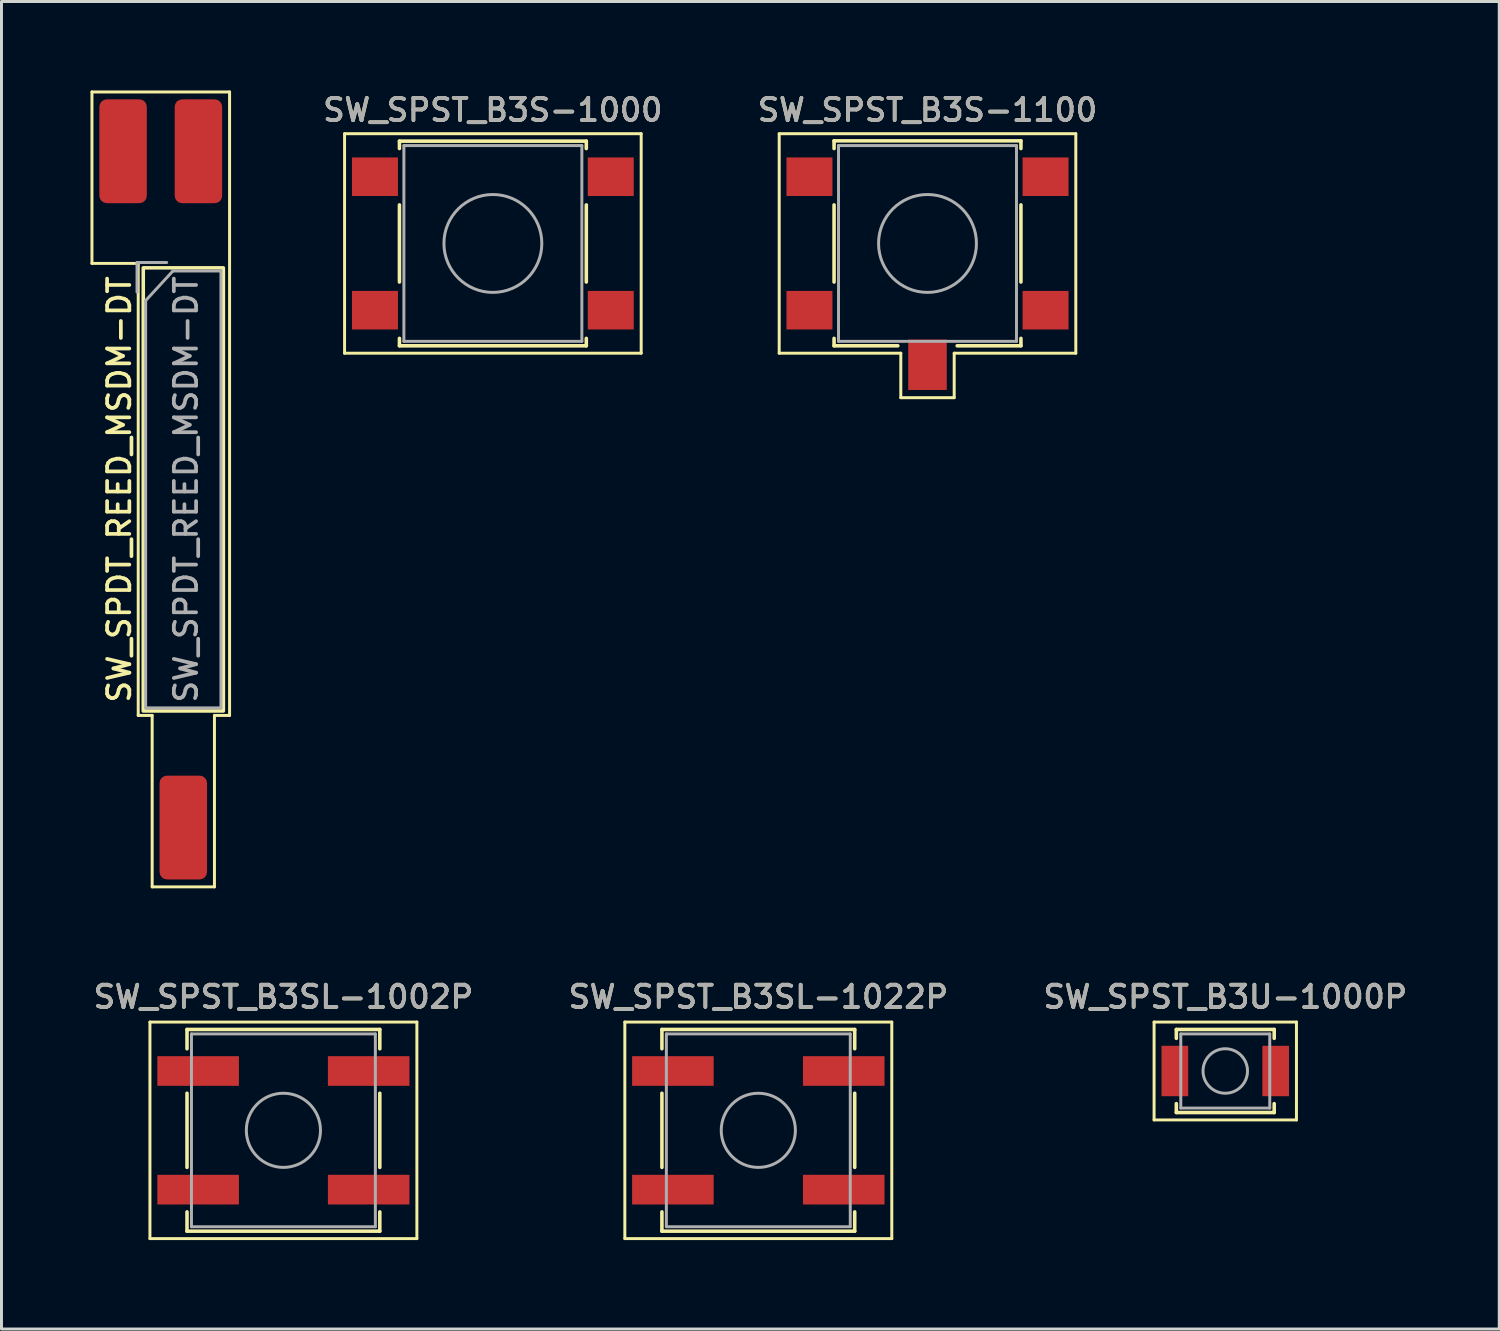
<source format=kicad_pcb>
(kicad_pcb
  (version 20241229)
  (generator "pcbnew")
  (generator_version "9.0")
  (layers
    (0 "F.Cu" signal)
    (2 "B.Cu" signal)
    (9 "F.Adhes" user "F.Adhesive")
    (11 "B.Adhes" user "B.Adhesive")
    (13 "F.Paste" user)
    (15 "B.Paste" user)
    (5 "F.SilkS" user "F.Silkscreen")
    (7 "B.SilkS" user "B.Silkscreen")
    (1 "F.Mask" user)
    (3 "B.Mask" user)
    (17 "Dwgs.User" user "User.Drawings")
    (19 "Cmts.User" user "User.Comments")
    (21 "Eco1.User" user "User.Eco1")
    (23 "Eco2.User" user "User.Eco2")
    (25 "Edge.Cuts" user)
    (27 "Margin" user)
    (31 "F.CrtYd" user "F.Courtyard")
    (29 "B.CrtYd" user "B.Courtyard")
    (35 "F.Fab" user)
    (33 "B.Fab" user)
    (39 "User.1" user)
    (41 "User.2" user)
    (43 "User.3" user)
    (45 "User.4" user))
  (footprint "SW_SPST_B3U-1000P"
    (layer "F.Cu")
    (at 38.259 33.058)
    (property "Reference" "SW_SPST_B3U-1000P" (at 0 -2.5 0) (layer "F.SilkS") (effects (font (size 0.75 0.75) (thickness 0.125))))
    (attr smd)
    (fp_line (start -2.4 -1.65) (end -2.4 1.65) (stroke (width 0.1) (type solid)) (layer "F.SilkS"))
    (fp_line (start -2.4 1.65) (end 2.4 1.65) (stroke (width 0.1) (type solid)) (layer "F.SilkS"))
    (fp_line (start -1.65 -1.4) (end 1.65 -1.4) (stroke (width 0.12) (type solid)) (layer "F.SilkS"))
    (fp_line (start -1.65 -1.1) (end -1.65 -1.4) (stroke (width 0.12) (type solid)) (layer "F.SilkS"))
    (fp_line (start -1.65 1.1) (end -1.65 1.4) (stroke (width 0.12) (type solid)) (layer "F.SilkS"))
    (fp_line (start -1.65 1.4) (end 1.65 1.4) (stroke (width 0.12) (type solid)) (layer "F.SilkS"))
    (fp_line (start 1.65 -1.4) (end 1.65 -1.1) (stroke (width 0.12) (type solid)) (layer "F.SilkS"))
    (fp_line (start 1.65 1.4) (end 1.65 1.1) (stroke (width 0.12) (type solid)) (layer "F.SilkS"))
    (fp_line (start 2.4 -1.65) (end -2.4 -1.65) (stroke (width 0.1) (type solid)) (layer "F.SilkS"))
    (fp_line (start 2.4 1.65) (end 2.4 -1.65) (stroke (width 0.1) (type solid)) (layer "F.SilkS"))
    (fp_line (start -1.5 -1.25) (end 1.5 -1.25) (stroke (width 0.1) (type solid)) (layer "F.Fab"))
    (fp_line (start -1.5 1.25) (end -1.5 -1.25) (stroke (width 0.1) (type solid)) (layer "F.Fab"))
    (fp_line (start 1.5 -1.25) (end 1.5 1.25) (stroke (width 0.1) (type solid)) (layer "F.Fab"))
    (fp_line (start 1.5 1.25) (end -1.5 1.25) (stroke (width 0.1) (type solid)) (layer "F.Fab"))
    (fp_circle (center 0 0) (end 0.75 0) (stroke (width 0.1) (type solid)) (fill no) (layer "F.Fab"))
    (fp_text user "${REFERENCE}" (at 0 -2.5 0) (layer "F.Fab") (effects (font (size 0.75 0.75) (thickness 0.125))))
    (pad "1" smd rect (at -1.7 0) (size 0.9 1.7) (layers "F.Cu" "F.Mask" "F.Paste"))
    (pad "2" smd rect (at 1.7 0) (size 0.9 1.7) (layers "F.Cu" "F.Mask" "F.Paste")))
  (footprint "SW_SPST_B3SL-1022P"
    (layer "F.Cu")
    (at 22.516 35.058)
    (property "Reference" "SW_SPST_B3SL-1022P" (at 0 -4.5 0) (layer "F.SilkS") (effects (font (size 0.75 0.75) (thickness 0.125))))
    (attr smd)
    (fp_line (start -4.5 -3.65) (end -4.5 3.65) (stroke (width 0.1) (type solid)) (layer "F.SilkS"))
    (fp_line (start -4.5 3.65) (end 4.5 3.65) (stroke (width 0.1) (type solid)) (layer "F.SilkS"))
    (fp_line (start -3.25 -3.4) (end -3.25 -2.75) (stroke (width 0.12) (type solid)) (layer "F.SilkS"))
    (fp_line (start -3.25 -1.25) (end -3.25 1.25) (stroke (width 0.12) (type solid)) (layer "F.SilkS"))
    (fp_line (start -3.25 3.4) (end -3.25 2.75) (stroke (width 0.12) (type solid)) (layer "F.SilkS"))
    (fp_line (start 3.25 -3.4) (end -3.25 -3.4) (stroke (width 0.12) (type solid)) (layer "F.SilkS"))
    (fp_line (start 3.25 -2.75) (end 3.25 -3.4) (stroke (width 0.12) (type solid)) (layer "F.SilkS"))
    (fp_line (start 3.25 -1.25) (end 3.25 1.25) (stroke (width 0.12) (type solid)) (layer "F.SilkS"))
    (fp_line (start 3.25 2.75) (end 3.25 3.4) (stroke (width 0.12) (type solid)) (layer "F.SilkS"))
    (fp_line (start 3.25 3.4) (end -3.25 3.4) (stroke (width 0.12) (type solid)) (layer "F.SilkS"))
    (fp_line (start 4.5 -3.65) (end -4.5 -3.65) (stroke (width 0.1) (type solid)) (layer "F.SilkS"))
    (fp_line (start 4.5 3.65) (end 4.5 -3.65) (stroke (width 0.1) (type solid)) (layer "F.SilkS"))
    (fp_line (start -3.1 -3.25) (end 3.1 -3.25) (stroke (width 0.1) (type solid)) (layer "F.Fab"))
    (fp_line (start -3.1 3.25) (end -3.1 -3.25) (stroke (width 0.1) (type solid)) (layer "F.Fab"))
    (fp_line (start 3.1 -3.25) (end 3.1 3.25) (stroke (width 0.1) (type solid)) (layer "F.Fab"))
    (fp_line (start 3.1 3.25) (end -3.1 3.25) (stroke (width 0.1) (type solid)) (layer "F.Fab"))
    (fp_circle (center 0 0) (end 1.25 0) (stroke (width 0.1) (type solid)) (fill no) (layer "F.Fab"))
    (fp_text user "${REFERENCE}" (at 0 -4.5 0) (layer "F.Fab") (effects (font (size 0.75 0.75) (thickness 0.125))))
    (pad "1" smd rect (at -2.88 -2) (size 2.75 1) (layers "F.Cu" "F.Mask" "F.Paste"))
    (pad "1" smd rect (at 2.88 -2) (size 2.75 1) (layers "F.Cu" "F.Mask" "F.Paste"))
    (pad "2" smd rect (at -2.88 2) (size 2.75 1) (layers "F.Cu" "F.Mask" "F.Paste"))
    (pad "2" smd rect (at 2.88 2) (size 2.75 1) (layers "F.Cu" "F.Mask" "F.Paste")))
  (footprint "SW_SPST_B3S-1000"
    (layer "F.Cu")
    (at 13.567 5.158)
    (property "Reference" "SW_SPST_B3S-1000" (at 0 -4.5 0) (layer "F.SilkS") (effects (font (size 0.75 0.75) (thickness 0.125))))
    (attr smd)
    (fp_line (start -5 -3.7) (end -5 3.7) (stroke (width 0.1) (type solid)) (layer "F.SilkS"))
    (fp_line (start -5 3.7) (end 5 3.7) (stroke (width 0.1) (type solid)) (layer "F.SilkS"))
    (fp_line (start -3.15 -3.45) (end 3.15 -3.45) (stroke (width 0.12) (type solid)) (layer "F.SilkS"))
    (fp_line (start -3.15 -3.2) (end -3.15 -3.45) (stroke (width 0.12) (type solid)) (layer "F.SilkS"))
    (fp_line (start -3.15 1.3) (end -3.15 -1.3) (stroke (width 0.12) (type solid)) (layer "F.SilkS"))
    (fp_line (start -3.15 3.45) (end -3.15 3.2) (stroke (width 0.12) (type solid)) (layer "F.SilkS"))
    (fp_line (start 3.15 -3.45) (end 3.15 -3.2) (stroke (width 0.12) (type solid)) (layer "F.SilkS"))
    (fp_line (start 3.15 -1.3) (end 3.15 1.3) (stroke (width 0.12) (type solid)) (layer "F.SilkS"))
    (fp_line (start 3.15 3.2) (end 3.15 3.45) (stroke (width 0.12) (type solid)) (layer "F.SilkS"))
    (fp_line (start 3.15 3.45) (end -3.15 3.45) (stroke (width 0.12) (type solid)) (layer "F.SilkS"))
    (fp_line (start 5 -3.7) (end -5 -3.7) (stroke (width 0.1) (type solid)) (layer "F.SilkS"))
    (fp_line (start 5 3.7) (end 5 -3.7) (stroke (width 0.1) (type solid)) (layer "F.SilkS"))
    (fp_line (start -3 -3.3) (end 3 -3.3) (stroke (width 0.1) (type solid)) (layer "F.Fab"))
    (fp_line (start -3 3.3) (end -3 -3.3) (stroke (width 0.1) (type solid)) (layer "F.Fab"))
    (fp_line (start 3 -3.3) (end 3 3.3) (stroke (width 0.1) (type solid)) (layer "F.Fab"))
    (fp_line (start 3 3.3) (end -3 3.3) (stroke (width 0.1) (type solid)) (layer "F.Fab"))
    (fp_circle (center 0 0) (end 1.65 0) (stroke (width 0.1) (type solid)) (fill no) (layer "F.Fab"))
    (fp_text user "${REFERENCE}" (at 0 -4.5 0) (layer "F.Fab") (effects (font (size 0.75 0.75) (thickness 0.125))))
    (pad "1" smd rect (at -3.975 -2.25) (size 1.55 1.3) (layers "F.Cu" "F.Mask" "F.Paste"))
    (pad "1" smd rect (at 3.975 -2.25) (size 1.55 1.3) (layers "F.Cu" "F.Mask" "F.Paste"))
    (pad "2" smd rect (at -3.975 2.25) (size 1.55 1.3) (layers "F.Cu" "F.Mask" "F.Paste"))
    (pad "2" smd rect (at 3.975 2.25) (size 1.55 1.3) (layers "F.Cu" "F.Mask" "F.Paste")))
  (footprint "SW_SPST_B3S-1100"
    (layer "F.Cu")
    (at 28.22 6.078)
    (property "Reference" "SW_SPST_B3S-1100" (at 0 -5.42 0) (layer "F.SilkS") (effects (font (size 0.75 0.75) (thickness 0.125))))
    (attr smd)
    (fp_line (start -5 -4.62) (end -5 2.78) (stroke (width 0.1) (type solid)) (layer "F.SilkS"))
    (fp_line (start -5 2.78) (end -0.9 2.78) (stroke (width 0.1) (type solid)) (layer "F.SilkS"))
    (fp_line (start -3.15 -4.38) (end 3.15 -4.38) (stroke (width 0.12) (type solid)) (layer "F.SilkS"))
    (fp_line (start -3.15 -4.12) (end -3.15 -4.38) (stroke (width 0.12) (type solid)) (layer "F.SilkS"))
    (fp_line (start -3.15 0.38) (end -3.15 -2.22) (stroke (width 0.12) (type solid)) (layer "F.SilkS"))
    (fp_line (start -3.15 2.53) (end -3.15 2.28) (stroke (width 0.12) (type solid)) (layer "F.SilkS"))
    (fp_line (start -3.15 2.53) (end -1 2.53) (stroke (width 0.12) (type solid)) (layer "F.SilkS"))
    (fp_line (start -0.9 2.78) (end -0.9 4.28) (stroke (width 0.1) (type solid)) (layer "F.SilkS"))
    (fp_line (start -0.9 4.28) (end 0.9 4.28) (stroke (width 0.1) (type solid)) (layer "F.SilkS"))
    (fp_line (start 0.9 4.28) (end 0.9 2.78) (stroke (width 0.1) (type solid)) (layer "F.SilkS"))
    (fp_line (start 3.15 -4.38) (end 3.15 -4.12) (stroke (width 0.12) (type solid)) (layer "F.SilkS"))
    (fp_line (start 3.15 -2.22) (end 3.15 0.38) (stroke (width 0.12) (type solid)) (layer "F.SilkS"))
    (fp_line (start 3.15 2.28) (end 3.15 2.53) (stroke (width 0.12) (type solid)) (layer "F.SilkS"))
    (fp_line (start 3.15 2.53) (end 1 2.53) (stroke (width 0.12) (type solid)) (layer "F.SilkS"))
    (fp_line (start 5 -4.62) (end -5 -4.62) (stroke (width 0.1) (type solid)) (layer "F.SilkS"))
    (fp_line (start 5 2.78) (end 0.9 2.78) (stroke (width 0.1) (type solid)) (layer "F.SilkS"))
    (fp_line (start 5 2.78) (end 5 -4.62) (stroke (width 0.1) (type solid)) (layer "F.SilkS"))
    (fp_line (start -3 -4.22) (end 3 -4.22) (stroke (width 0.1) (type solid)) (layer "F.Fab"))
    (fp_line (start -3 2.38) (end -3 -4.22) (stroke (width 0.1) (type solid)) (layer "F.Fab"))
    (fp_line (start 3 -4.22) (end 3 2.38) (stroke (width 0.1) (type solid)) (layer "F.Fab"))
    (fp_line (start 3 2.38) (end -3 2.38) (stroke (width 0.1) (type solid)) (layer "F.Fab"))
    (fp_circle (center 0 -0.92) (end 1.65 -0.92) (stroke (width 0.1) (type solid)) (fill no) (layer "F.Fab"))
    (fp_text user "${REFERENCE}" (at 0 -5.42 0) (layer "F.Fab") (effects (font (size 0.75 0.75) (thickness 0.125))))
    (pad "1" smd rect (at -3.98 -3.17) (size 1.55 1.3) (layers "F.Cu" "F.Mask" "F.Paste"))
    (pad "1" smd rect (at 3.98 -3.17) (size 1.55 1.3) (layers "F.Cu" "F.Mask" "F.Paste"))
    (pad "2" smd rect (at -3.98 1.33) (size 1.55 1.3) (layers "F.Cu" "F.Mask" "F.Paste"))
    (pad "2" smd rect (at 3.98 1.33) (size 1.55 1.3) (layers "F.Cu" "F.Mask" "F.Paste"))
    (pad "3" smd rect (at 0 3.17) (size 1.3 1.7) (layers "F.Cu" "F.Mask" "F.Paste")))
  (footprint "SW_SPDT_REED_MSDM-DT"
    (layer "F.Cu")
    (at 3.13 13.45)
    (property "Reference" "SW_SPDT_REED_MSDM-DT" (at -2.16 0 270) (layer "F.SilkS") (effects (font (size 0.75 0.75) (thickness 0.125))))
    (attr smd)
    (fp_line (start -3.08 -13.4) (end 1.56 -13.4) (stroke (width 0.1) (type solid)) (layer "F.SilkS"))
    (fp_line (start -3.08 -7.62) (end -3.08 -13.4) (stroke (width 0.1) (type solid)) (layer "F.SilkS"))
    (fp_line (start -1.52 -7.62) (end -3.08 -7.62) (stroke (width 0.1) (type default)) (layer "F.SilkS"))
    (fp_line (start -1.52 -7.62) (end -1.52 7.62) (stroke (width 0.1) (type default)) (layer "F.SilkS"))
    (fp_line (start -1.52 7.62) (end -1.05 7.62) (stroke (width 0.1) (type default)) (layer "F.SilkS"))
    (fp_line (start -1.05 7.62) (end -1.05 13.4) (stroke (width 0.1) (type default)) (layer "F.SilkS"))
    (fp_line (start -1.05 13.4) (end 1.05 13.4) (stroke (width 0.1) (type default)) (layer "F.SilkS"))
    (fp_line (start 1.05 7.62) (end 1.56 7.62) (stroke (width 0.1) (type default)) (layer "F.SilkS"))
    (fp_line (start 1.05 13.4) (end 1.05 7.62) (stroke (width 0.1) (type default)) (layer "F.SilkS"))
    (fp_line (start 1.56 -13.4) (end 1.56 7.62) (stroke (width 0.1) (type solid)) (layer "F.SilkS"))
    (fp_rect (start -1.35 -7.47) (end 1.35 7.47) (stroke (width 0.12) (type default)) (fill no) (layer "F.SilkS"))
    (fp_line (start -1.56 -7.65) (end -0.56 -7.65) (stroke (width 0.1) (type default)) (layer "F.Fab"))
    (fp_line (start -1.56 -6.65) (end -1.56 -7.65) (stroke (width 0.1) (type default)) (layer "F.Fab"))
    (fp_line (start -1.27 -6.365) (end -1.27 7.365) (stroke (width 0.1) (type solid)) (layer "F.Fab"))
    (fp_line (start -1.27 7.365) (end 1.27 7.365) (stroke (width 0.1) (type solid)) (layer "F.Fab"))
    (fp_line (start -0.35 -7.365) (end -1.27 -6.365) (stroke (width 0.1) (type default)) (layer "F.Fab"))
    (fp_line (start 1.27 -7.365) (end -0.35 -7.365) (stroke (width 0.1) (type solid)) (layer "F.Fab"))
    (fp_line (start 1.27 7.365) (end 1.27 -7.365) (stroke (width 0.1) (type solid)) (layer "F.Fab"))
    (fp_text user "${REFERENCE}" (at 0.09 0 270) (layer "F.Fab") (effects (font (size 0.75 0.75) (thickness 0.125))))
    (pad "1" smd roundrect (at -2.03 -11.4 270) (size 3.5 1.6) (layers "F.Cu" "F.Mask" "F.Paste") (roundrect_rratio 0.156))
    (pad "2" smd roundrect (at 0 11.4 270) (size 3.5 1.6) (layers "F.Cu" "F.Mask" "F.Paste") (roundrect_rratio 0.156))
    (pad "3" smd roundrect (at 0.51 -11.4 270) (size 3.5 1.6) (layers "F.Cu" "F.Mask" "F.Paste") (roundrect_rratio 0.156)))
  (footprint "SW_SPST_B3SL-1002P"
    (layer "F.Cu")
    (at 6.505 35.058)
    (property "Reference" "SW_SPST_B3SL-1002P" (at 0 -4.5 0) (layer "F.SilkS") (effects (font (size 0.75 0.75) (thickness 0.125))))
    (attr smd)
    (fp_line (start -4.5 -3.65) (end -4.5 3.65) (stroke (width 0.1) (type solid)) (layer "F.SilkS"))
    (fp_line (start -4.5 3.65) (end 4.5 3.65) (stroke (width 0.1) (type solid)) (layer "F.SilkS"))
    (fp_line (start -3.25 -3.4) (end -3.25 -2.75) (stroke (width 0.12) (type solid)) (layer "F.SilkS"))
    (fp_line (start -3.25 -1.25) (end -3.25 1.25) (stroke (width 0.12) (type solid)) (layer "F.SilkS"))
    (fp_line (start -3.25 3.4) (end -3.25 2.75) (stroke (width 0.12) (type solid)) (layer "F.SilkS"))
    (fp_line (start 3.25 -3.4) (end -3.25 -3.4) (stroke (width 0.12) (type solid)) (layer "F.SilkS"))
    (fp_line (start 3.25 -2.75) (end 3.25 -3.4) (stroke (width 0.12) (type solid)) (layer "F.SilkS"))
    (fp_line (start 3.25 -1.25) (end 3.25 1.25) (stroke (width 0.12) (type solid)) (layer "F.SilkS"))
    (fp_line (start 3.25 2.75) (end 3.25 3.4) (stroke (width 0.12) (type solid)) (layer "F.SilkS"))
    (fp_line (start 3.25 3.4) (end -3.25 3.4) (stroke (width 0.12) (type solid)) (layer "F.SilkS"))
    (fp_line (start 4.5 -3.65) (end -4.5 -3.65) (stroke (width 0.1) (type solid)) (layer "F.SilkS"))
    (fp_line (start 4.5 3.65) (end 4.5 -3.65) (stroke (width 0.1) (type solid)) (layer "F.SilkS"))
    (fp_line (start -3.1 -3.25) (end 3.1 -3.25) (stroke (width 0.1) (type solid)) (layer "F.Fab"))
    (fp_line (start -3.1 3.25) (end -3.1 -3.25) (stroke (width 0.1) (type solid)) (layer "F.Fab"))
    (fp_line (start 3.1 -3.25) (end 3.1 3.25) (stroke (width 0.1) (type solid)) (layer "F.Fab"))
    (fp_line (start 3.1 3.25) (end -3.1 3.25) (stroke (width 0.1) (type solid)) (layer "F.Fab"))
    (fp_circle (center 0 0) (end 1.25 0) (stroke (width 0.1) (type solid)) (fill no) (layer "F.Fab"))
    (fp_text user "${REFERENCE}" (at 0 -4.5 0) (layer "F.Fab") (effects (font (size 0.75 0.75) (thickness 0.125))))
    (pad "1" smd rect (at -2.875 -2) (size 2.75 1) (layers "F.Cu" "F.Mask" "F.Paste"))
    (pad "1" smd rect (at 2.875 -2) (size 2.75 1) (layers "F.Cu" "F.Mask" "F.Paste"))
    (pad "2" smd rect (at -2.875 2) (size 2.75 1) (layers "F.Cu" "F.Mask" "F.Paste"))
    (pad "2" smd rect (at 2.875 2) (size 2.75 1) (layers "F.Cu" "F.Mask" "F.Paste")))
  (gr_rect
    (start -3 -3)
    (end 47.496 41.758)
    (stroke (width 0.1) (type default))
    (fill no)
    (layer "Edge.Cuts")))
</source>
